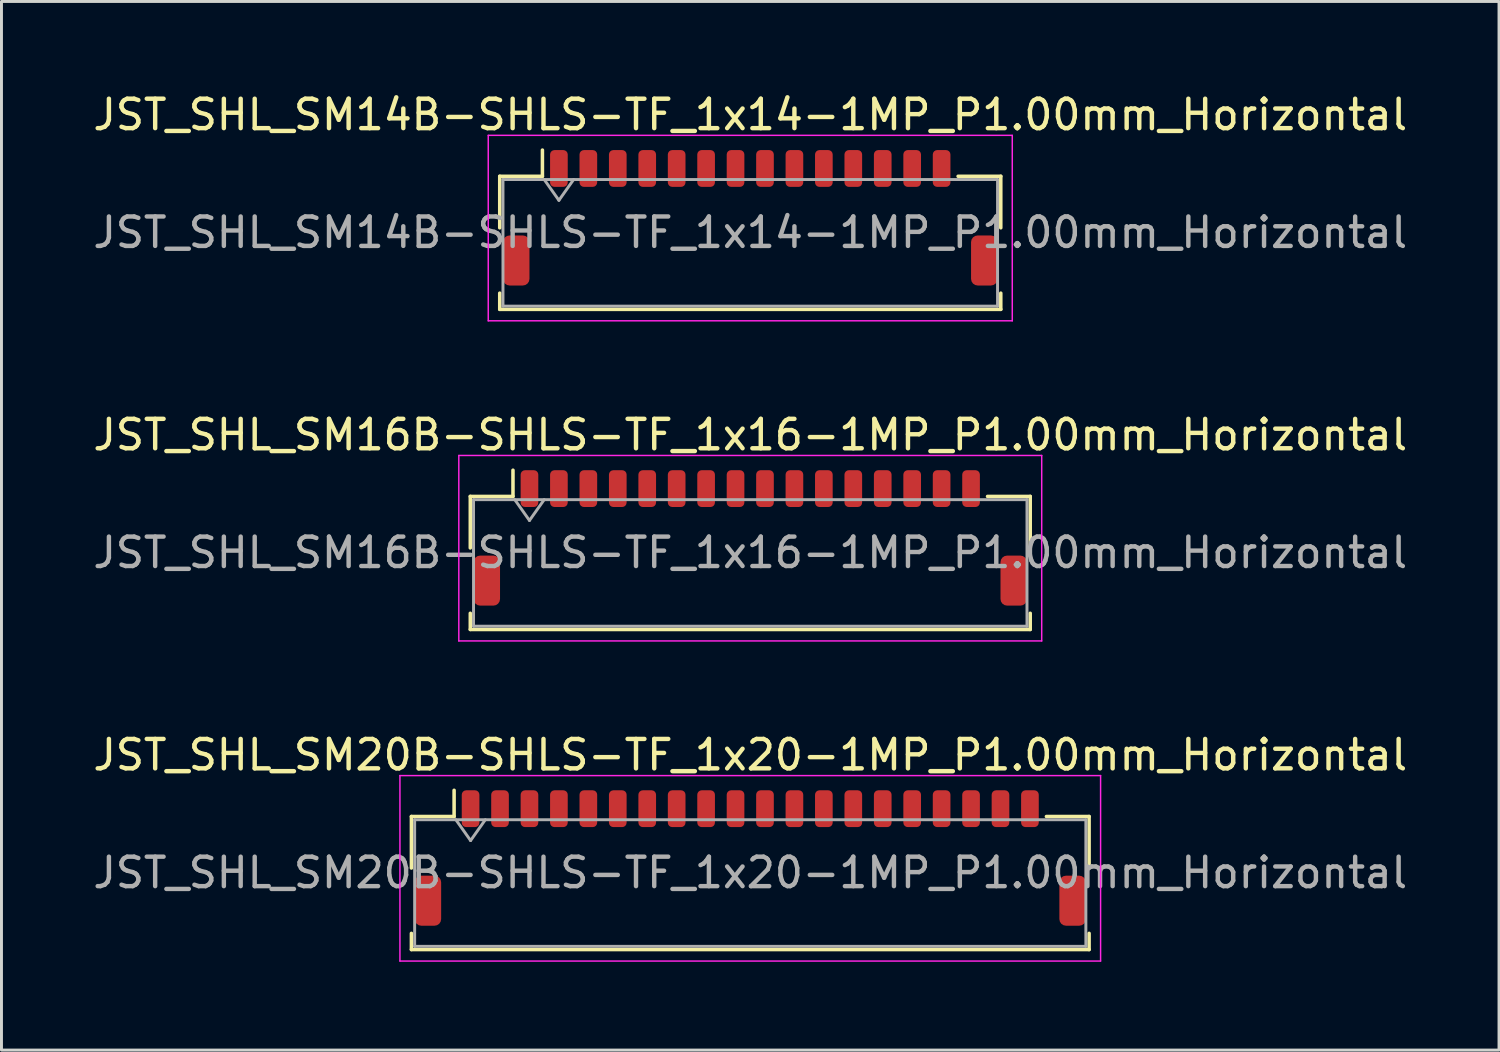
<source format=kicad_pcb>
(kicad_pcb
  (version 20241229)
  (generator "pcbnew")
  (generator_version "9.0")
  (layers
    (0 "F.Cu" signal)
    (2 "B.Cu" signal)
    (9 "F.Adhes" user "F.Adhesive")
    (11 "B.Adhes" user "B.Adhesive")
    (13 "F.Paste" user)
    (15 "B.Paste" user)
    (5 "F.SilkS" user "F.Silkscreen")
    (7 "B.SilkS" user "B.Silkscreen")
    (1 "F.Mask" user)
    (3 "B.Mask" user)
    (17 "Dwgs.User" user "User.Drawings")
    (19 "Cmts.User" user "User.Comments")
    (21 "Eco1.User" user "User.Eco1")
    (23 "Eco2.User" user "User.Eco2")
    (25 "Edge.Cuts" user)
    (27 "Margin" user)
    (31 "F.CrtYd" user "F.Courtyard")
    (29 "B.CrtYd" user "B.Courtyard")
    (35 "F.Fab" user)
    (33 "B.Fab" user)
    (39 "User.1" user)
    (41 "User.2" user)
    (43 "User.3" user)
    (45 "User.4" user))
  (footprint "JST_SHL_SM20B-SHLS-TF_1x20-1MP_P1.00mm_Horizontal"
    (layer "F.Cu")
    (at 22.435 26.095)
    (property "Reference" "JST_SHL_SM20B-SHLS-TF_1x20-1MP_P1.00mm_Horizontal" (at 0 -3.5 0) (layer "F.SilkS") (effects (font (size 1 1) (thickness 0.15))))
    (attr smd)
    (fp_line (start -11.51 -1.41) (end -10.06 -1.41) (stroke (width 0.12) (type solid)) (layer "F.SilkS"))
    (fp_line (start -11.51 0.34) (end -11.51 -1.41) (stroke (width 0.12) (type solid)) (layer "F.SilkS"))
    (fp_line (start -11.51 2.56) (end -11.51 3.11) (stroke (width 0.12) (type solid)) (layer "F.SilkS"))
    (fp_line (start -11.51 3.11) (end 11.51 3.11) (stroke (width 0.12) (type solid)) (layer "F.SilkS"))
    (fp_line (start -10.06 -1.41) (end -10.06 -2.3) (stroke (width 0.12) (type solid)) (layer "F.SilkS"))
    (fp_line (start 11.51 -1.41) (end 10.06 -1.41) (stroke (width 0.12) (type solid)) (layer "F.SilkS"))
    (fp_line (start 11.51 0.34) (end 11.51 -1.41) (stroke (width 0.12) (type solid)) (layer "F.SilkS"))
    (fp_line (start 11.51 3.11) (end 11.51 2.56) (stroke (width 0.12) (type solid)) (layer "F.SilkS"))
    (fp_line (start -11.9 -2.8) (end -11.9 3.5) (stroke (width 0.05) (type solid)) (layer "F.CrtYd"))
    (fp_line (start -11.9 3.5) (end 11.9 3.5) (stroke (width 0.05) (type solid)) (layer "F.CrtYd"))
    (fp_line (start 11.9 -2.8) (end -11.9 -2.8) (stroke (width 0.05) (type solid)) (layer "F.CrtYd"))
    (fp_line (start 11.9 3.5) (end 11.9 -2.8) (stroke (width 0.05) (type solid)) (layer "F.CrtYd"))
    (fp_line (start -11.4 -1.3) (end -11.4 3) (stroke (width 0.1) (type solid)) (layer "F.Fab"))
    (fp_line (start -11.4 -1.3) (end 11.4 -1.3) (stroke (width 0.1) (type solid)) (layer "F.Fab"))
    (fp_line (start -11.4 3) (end 11.4 3) (stroke (width 0.1) (type solid)) (layer "F.Fab"))
    (fp_line (start -10 -1.3) (end -9.5 -0.593) (stroke (width 0.1) (type solid)) (layer "F.Fab"))
    (fp_line (start -9.5 -0.593) (end -9 -1.3) (stroke (width 0.1) (type solid)) (layer "F.Fab"))
    (fp_line (start 11.4 -1.3) (end 11.4 3) (stroke (width 0.1) (type solid)) (layer "F.Fab"))
    (fp_text user "${REFERENCE}" (at 0 0.5 0) (layer "F.Fab") (effects (font (size 1 1) (thickness 0.15))))
    (pad "1" smd roundrect (at -9.5 -1.675) (size 0.6 1.25) (layers "F.Cu" "F.Mask" "F.Paste") (roundrect_rratio 0.25))
    (pad "2" smd roundrect (at -8.5 -1.675) (size 0.6 1.25) (layers "F.Cu" "F.Mask" "F.Paste") (roundrect_rratio 0.25))
    (pad "3" smd roundrect (at -7.5 -1.675) (size 0.6 1.25) (layers "F.Cu" "F.Mask" "F.Paste") (roundrect_rratio 0.25))
    (pad "4" smd roundrect (at -6.5 -1.675) (size 0.6 1.25) (layers "F.Cu" "F.Mask" "F.Paste") (roundrect_rratio 0.25))
    (pad "5" smd roundrect (at -5.5 -1.675) (size 0.6 1.25) (layers "F.Cu" "F.Mask" "F.Paste") (roundrect_rratio 0.25))
    (pad "6" smd roundrect (at -4.5 -1.675) (size 0.6 1.25) (layers "F.Cu" "F.Mask" "F.Paste") (roundrect_rratio 0.25))
    (pad "7" smd roundrect (at -3.5 -1.675) (size 0.6 1.25) (layers "F.Cu" "F.Mask" "F.Paste") (roundrect_rratio 0.25))
    (pad "8" smd roundrect (at -2.5 -1.675) (size 0.6 1.25) (layers "F.Cu" "F.Mask" "F.Paste") (roundrect_rratio 0.25))
    (pad "9" smd roundrect (at -1.5 -1.675) (size 0.6 1.25) (layers "F.Cu" "F.Mask" "F.Paste") (roundrect_rratio 0.25))
    (pad "10" smd roundrect (at -0.5 -1.675) (size 0.6 1.25) (layers "F.Cu" "F.Mask" "F.Paste") (roundrect_rratio 0.25))
    (pad "11" smd roundrect (at 0.5 -1.675) (size 0.6 1.25) (layers "F.Cu" "F.Mask" "F.Paste") (roundrect_rratio 0.25))
    (pad "12" smd roundrect (at 1.5 -1.675) (size 0.6 1.25) (layers "F.Cu" "F.Mask" "F.Paste") (roundrect_rratio 0.25))
    (pad "13" smd roundrect (at 2.5 -1.675) (size 0.6 1.25) (layers "F.Cu" "F.Mask" "F.Paste") (roundrect_rratio 0.25))
    (pad "14" smd roundrect (at 3.5 -1.675) (size 0.6 1.25) (layers "F.Cu" "F.Mask" "F.Paste") (roundrect_rratio 0.25))
    (pad "15" smd roundrect (at 4.5 -1.675) (size 0.6 1.25) (layers "F.Cu" "F.Mask" "F.Paste") (roundrect_rratio 0.25))
    (pad "16" smd roundrect (at 5.5 -1.675) (size 0.6 1.25) (layers "F.Cu" "F.Mask" "F.Paste") (roundrect_rratio 0.25))
    (pad "17" smd roundrect (at 6.5 -1.675) (size 0.6 1.25) (layers "F.Cu" "F.Mask" "F.Paste") (roundrect_rratio 0.25))
    (pad "18" smd roundrect (at 7.5 -1.675) (size 0.6 1.25) (layers "F.Cu" "F.Mask" "F.Paste") (roundrect_rratio 0.25))
    (pad "19" smd roundrect (at 8.5 -1.675) (size 0.6 1.25) (layers "F.Cu" "F.Mask" "F.Paste") (roundrect_rratio 0.25))
    (pad "20" smd roundrect (at 9.5 -1.675) (size 0.6 1.25) (layers "F.Cu" "F.Mask" "F.Paste") (roundrect_rratio 0.25))
    (pad "MP" smd roundrect (at -10.95 1.45) (size 0.9 1.7) (layers "F.Cu" "F.Mask" "F.Paste") (roundrect_rratio 0.25))
    (pad "MP" smd roundrect (at 10.95 1.45) (size 0.9 1.7) (layers "F.Cu" "F.Mask" "F.Paste") (roundrect_rratio 0.25)))
  (footprint "JST_SHL_SM14B-SHLS-TF_1x14-1MP_P1.00mm_Horizontal"
    (layer "F.Cu")
    (at 22.435 4.348)
    (property "Reference" "JST_SHL_SM14B-SHLS-TF_1x14-1MP_P1.00mm_Horizontal" (at 0 -3.5 0) (layer "F.SilkS") (effects (font (size 1 1) (thickness 0.15))))
    (attr smd)
    (fp_line (start -8.51 -1.41) (end -7.06 -1.41) (stroke (width 0.12) (type solid)) (layer "F.SilkS"))
    (fp_line (start -8.51 0.34) (end -8.51 -1.41) (stroke (width 0.12) (type solid)) (layer "F.SilkS"))
    (fp_line (start -8.51 2.56) (end -8.51 3.11) (stroke (width 0.12) (type solid)) (layer "F.SilkS"))
    (fp_line (start -8.51 3.11) (end 8.51 3.11) (stroke (width 0.12) (type solid)) (layer "F.SilkS"))
    (fp_line (start -7.06 -1.41) (end -7.06 -2.3) (stroke (width 0.12) (type solid)) (layer "F.SilkS"))
    (fp_line (start 8.51 -1.41) (end 7.06 -1.41) (stroke (width 0.12) (type solid)) (layer "F.SilkS"))
    (fp_line (start 8.51 0.34) (end 8.51 -1.41) (stroke (width 0.12) (type solid)) (layer "F.SilkS"))
    (fp_line (start 8.51 3.11) (end 8.51 2.56) (stroke (width 0.12) (type solid)) (layer "F.SilkS"))
    (fp_line (start -8.9 -2.8) (end -8.9 3.5) (stroke (width 0.05) (type solid)) (layer "F.CrtYd"))
    (fp_line (start -8.9 3.5) (end 8.9 3.5) (stroke (width 0.05) (type solid)) (layer "F.CrtYd"))
    (fp_line (start 8.9 -2.8) (end -8.9 -2.8) (stroke (width 0.05) (type solid)) (layer "F.CrtYd"))
    (fp_line (start 8.9 3.5) (end 8.9 -2.8) (stroke (width 0.05) (type solid)) (layer "F.CrtYd"))
    (fp_line (start -8.4 -1.3) (end -8.4 3) (stroke (width 0.1) (type solid)) (layer "F.Fab"))
    (fp_line (start -8.4 -1.3) (end 8.4 -1.3) (stroke (width 0.1) (type solid)) (layer "F.Fab"))
    (fp_line (start -8.4 3) (end 8.4 3) (stroke (width 0.1) (type solid)) (layer "F.Fab"))
    (fp_line (start -7 -1.3) (end -6.5 -0.593) (stroke (width 0.1) (type solid)) (layer "F.Fab"))
    (fp_line (start -6.5 -0.593) (end -6 -1.3) (stroke (width 0.1) (type solid)) (layer "F.Fab"))
    (fp_line (start 8.4 -1.3) (end 8.4 3) (stroke (width 0.1) (type solid)) (layer "F.Fab"))
    (fp_text user "${REFERENCE}" (at 0 0.5 0) (layer "F.Fab") (effects (font (size 1 1) (thickness 0.15))))
    (pad "1" smd roundrect (at -6.5 -1.675) (size 0.6 1.25) (layers "F.Cu" "F.Mask" "F.Paste") (roundrect_rratio 0.25))
    (pad "2" smd roundrect (at -5.5 -1.675) (size 0.6 1.25) (layers "F.Cu" "F.Mask" "F.Paste") (roundrect_rratio 0.25))
    (pad "3" smd roundrect (at -4.5 -1.675) (size 0.6 1.25) (layers "F.Cu" "F.Mask" "F.Paste") (roundrect_rratio 0.25))
    (pad "4" smd roundrect (at -3.5 -1.675) (size 0.6 1.25) (layers "F.Cu" "F.Mask" "F.Paste") (roundrect_rratio 0.25))
    (pad "5" smd roundrect (at -2.5 -1.675) (size 0.6 1.25) (layers "F.Cu" "F.Mask" "F.Paste") (roundrect_rratio 0.25))
    (pad "6" smd roundrect (at -1.5 -1.675) (size 0.6 1.25) (layers "F.Cu" "F.Mask" "F.Paste") (roundrect_rratio 0.25))
    (pad "7" smd roundrect (at -0.5 -1.675) (size 0.6 1.25) (layers "F.Cu" "F.Mask" "F.Paste") (roundrect_rratio 0.25))
    (pad "8" smd roundrect (at 0.5 -1.675) (size 0.6 1.25) (layers "F.Cu" "F.Mask" "F.Paste") (roundrect_rratio 0.25))
    (pad "9" smd roundrect (at 1.5 -1.675) (size 0.6 1.25) (layers "F.Cu" "F.Mask" "F.Paste") (roundrect_rratio 0.25))
    (pad "10" smd roundrect (at 2.5 -1.675) (size 0.6 1.25) (layers "F.Cu" "F.Mask" "F.Paste") (roundrect_rratio 0.25))
    (pad "11" smd roundrect (at 3.5 -1.675) (size 0.6 1.25) (layers "F.Cu" "F.Mask" "F.Paste") (roundrect_rratio 0.25))
    (pad "12" smd roundrect (at 4.5 -1.675) (size 0.6 1.25) (layers "F.Cu" "F.Mask" "F.Paste") (roundrect_rratio 0.25))
    (pad "13" smd roundrect (at 5.5 -1.675) (size 0.6 1.25) (layers "F.Cu" "F.Mask" "F.Paste") (roundrect_rratio 0.25))
    (pad "14" smd roundrect (at 6.5 -1.675) (size 0.6 1.25) (layers "F.Cu" "F.Mask" "F.Paste") (roundrect_rratio 0.25))
    (pad "MP" smd roundrect (at -7.95 1.45) (size 0.9 1.7) (layers "F.Cu" "F.Mask" "F.Paste") (roundrect_rratio 0.25))
    (pad "MP" smd roundrect (at 7.95 1.45) (size 0.9 1.7) (layers "F.Cu" "F.Mask" "F.Paste") (roundrect_rratio 0.25)))
  (footprint "JST_SHL_SM16B-SHLS-TF_1x16-1MP_P1.00mm_Horizontal"
    (layer "F.Cu")
    (at 22.435 15.222)
    (property "Reference" "JST_SHL_SM16B-SHLS-TF_1x16-1MP_P1.00mm_Horizontal" (at 0 -3.5 0) (layer "F.SilkS") (effects (font (size 1 1) (thickness 0.15))))
    (attr smd)
    (fp_line (start -9.51 -1.41) (end -8.06 -1.41) (stroke (width 0.12) (type solid)) (layer "F.SilkS"))
    (fp_line (start -9.51 0.34) (end -9.51 -1.41) (stroke (width 0.12) (type solid)) (layer "F.SilkS"))
    (fp_line (start -9.51 2.56) (end -9.51 3.11) (stroke (width 0.12) (type solid)) (layer "F.SilkS"))
    (fp_line (start -9.51 3.11) (end 9.51 3.11) (stroke (width 0.12) (type solid)) (layer "F.SilkS"))
    (fp_line (start -8.06 -1.41) (end -8.06 -2.3) (stroke (width 0.12) (type solid)) (layer "F.SilkS"))
    (fp_line (start 9.51 -1.41) (end 8.06 -1.41) (stroke (width 0.12) (type solid)) (layer "F.SilkS"))
    (fp_line (start 9.51 0.34) (end 9.51 -1.41) (stroke (width 0.12) (type solid)) (layer "F.SilkS"))
    (fp_line (start 9.51 3.11) (end 9.51 2.56) (stroke (width 0.12) (type solid)) (layer "F.SilkS"))
    (fp_line (start -9.9 -2.8) (end -9.9 3.5) (stroke (width 0.05) (type solid)) (layer "F.CrtYd"))
    (fp_line (start -9.9 3.5) (end 9.9 3.5) (stroke (width 0.05) (type solid)) (layer "F.CrtYd"))
    (fp_line (start 9.9 -2.8) (end -9.9 -2.8) (stroke (width 0.05) (type solid)) (layer "F.CrtYd"))
    (fp_line (start 9.9 3.5) (end 9.9 -2.8) (stroke (width 0.05) (type solid)) (layer "F.CrtYd"))
    (fp_line (start -9.4 -1.3) (end -9.4 3) (stroke (width 0.1) (type solid)) (layer "F.Fab"))
    (fp_line (start -9.4 -1.3) (end 9.4 -1.3) (stroke (width 0.1) (type solid)) (layer "F.Fab"))
    (fp_line (start -9.4 3) (end 9.4 3) (stroke (width 0.1) (type solid)) (layer "F.Fab"))
    (fp_line (start -8 -1.3) (end -7.5 -0.593) (stroke (width 0.1) (type solid)) (layer "F.Fab"))
    (fp_line (start -7.5 -0.593) (end -7 -1.3) (stroke (width 0.1) (type solid)) (layer "F.Fab"))
    (fp_line (start 9.4 -1.3) (end 9.4 3) (stroke (width 0.1) (type solid)) (layer "F.Fab"))
    (fp_text user "${REFERENCE}" (at 0 0.5 0) (layer "F.Fab") (effects (font (size 1 1) (thickness 0.15))))
    (pad "1" smd roundrect (at -7.5 -1.675) (size 0.6 1.25) (layers "F.Cu" "F.Mask" "F.Paste") (roundrect_rratio 0.25))
    (pad "2" smd roundrect (at -6.5 -1.675) (size 0.6 1.25) (layers "F.Cu" "F.Mask" "F.Paste") (roundrect_rratio 0.25))
    (pad "3" smd roundrect (at -5.5 -1.675) (size 0.6 1.25) (layers "F.Cu" "F.Mask" "F.Paste") (roundrect_rratio 0.25))
    (pad "4" smd roundrect (at -4.5 -1.675) (size 0.6 1.25) (layers "F.Cu" "F.Mask" "F.Paste") (roundrect_rratio 0.25))
    (pad "5" smd roundrect (at -3.5 -1.675) (size 0.6 1.25) (layers "F.Cu" "F.Mask" "F.Paste") (roundrect_rratio 0.25))
    (pad "6" smd roundrect (at -2.5 -1.675) (size 0.6 1.25) (layers "F.Cu" "F.Mask" "F.Paste") (roundrect_rratio 0.25))
    (pad "7" smd roundrect (at -1.5 -1.675) (size 0.6 1.25) (layers "F.Cu" "F.Mask" "F.Paste") (roundrect_rratio 0.25))
    (pad "8" smd roundrect (at -0.5 -1.675) (size 0.6 1.25) (layers "F.Cu" "F.Mask" "F.Paste") (roundrect_rratio 0.25))
    (pad "9" smd roundrect (at 0.5 -1.675) (size 0.6 1.25) (layers "F.Cu" "F.Mask" "F.Paste") (roundrect_rratio 0.25))
    (pad "10" smd roundrect (at 1.5 -1.675) (size 0.6 1.25) (layers "F.Cu" "F.Mask" "F.Paste") (roundrect_rratio 0.25))
    (pad "11" smd roundrect (at 2.5 -1.675) (size 0.6 1.25) (layers "F.Cu" "F.Mask" "F.Paste") (roundrect_rratio 0.25))
    (pad "12" smd roundrect (at 3.5 -1.675) (size 0.6 1.25) (layers "F.Cu" "F.Mask" "F.Paste") (roundrect_rratio 0.25))
    (pad "13" smd roundrect (at 4.5 -1.675) (size 0.6 1.25) (layers "F.Cu" "F.Mask" "F.Paste") (roundrect_rratio 0.25))
    (pad "14" smd roundrect (at 5.5 -1.675) (size 0.6 1.25) (layers "F.Cu" "F.Mask" "F.Paste") (roundrect_rratio 0.25))
    (pad "15" smd roundrect (at 6.5 -1.675) (size 0.6 1.25) (layers "F.Cu" "F.Mask" "F.Paste") (roundrect_rratio 0.25))
    (pad "16" smd roundrect (at 7.5 -1.675) (size 0.6 1.25) (layers "F.Cu" "F.Mask" "F.Paste") (roundrect_rratio 0.25))
    (pad "MP" smd roundrect (at -8.95 1.45) (size 0.9 1.7) (layers "F.Cu" "F.Mask" "F.Paste") (roundrect_rratio 0.25))
    (pad "MP" smd roundrect (at 8.95 1.45) (size 0.9 1.7) (layers "F.Cu" "F.Mask" "F.Paste") (roundrect_rratio 0.25)))
  (gr_rect
    (start -3 -3)
    (end 47.869 32.62)
    (stroke (width 0.1) (type default))
    (fill no)
    (layer "Edge.Cuts")))
</source>
